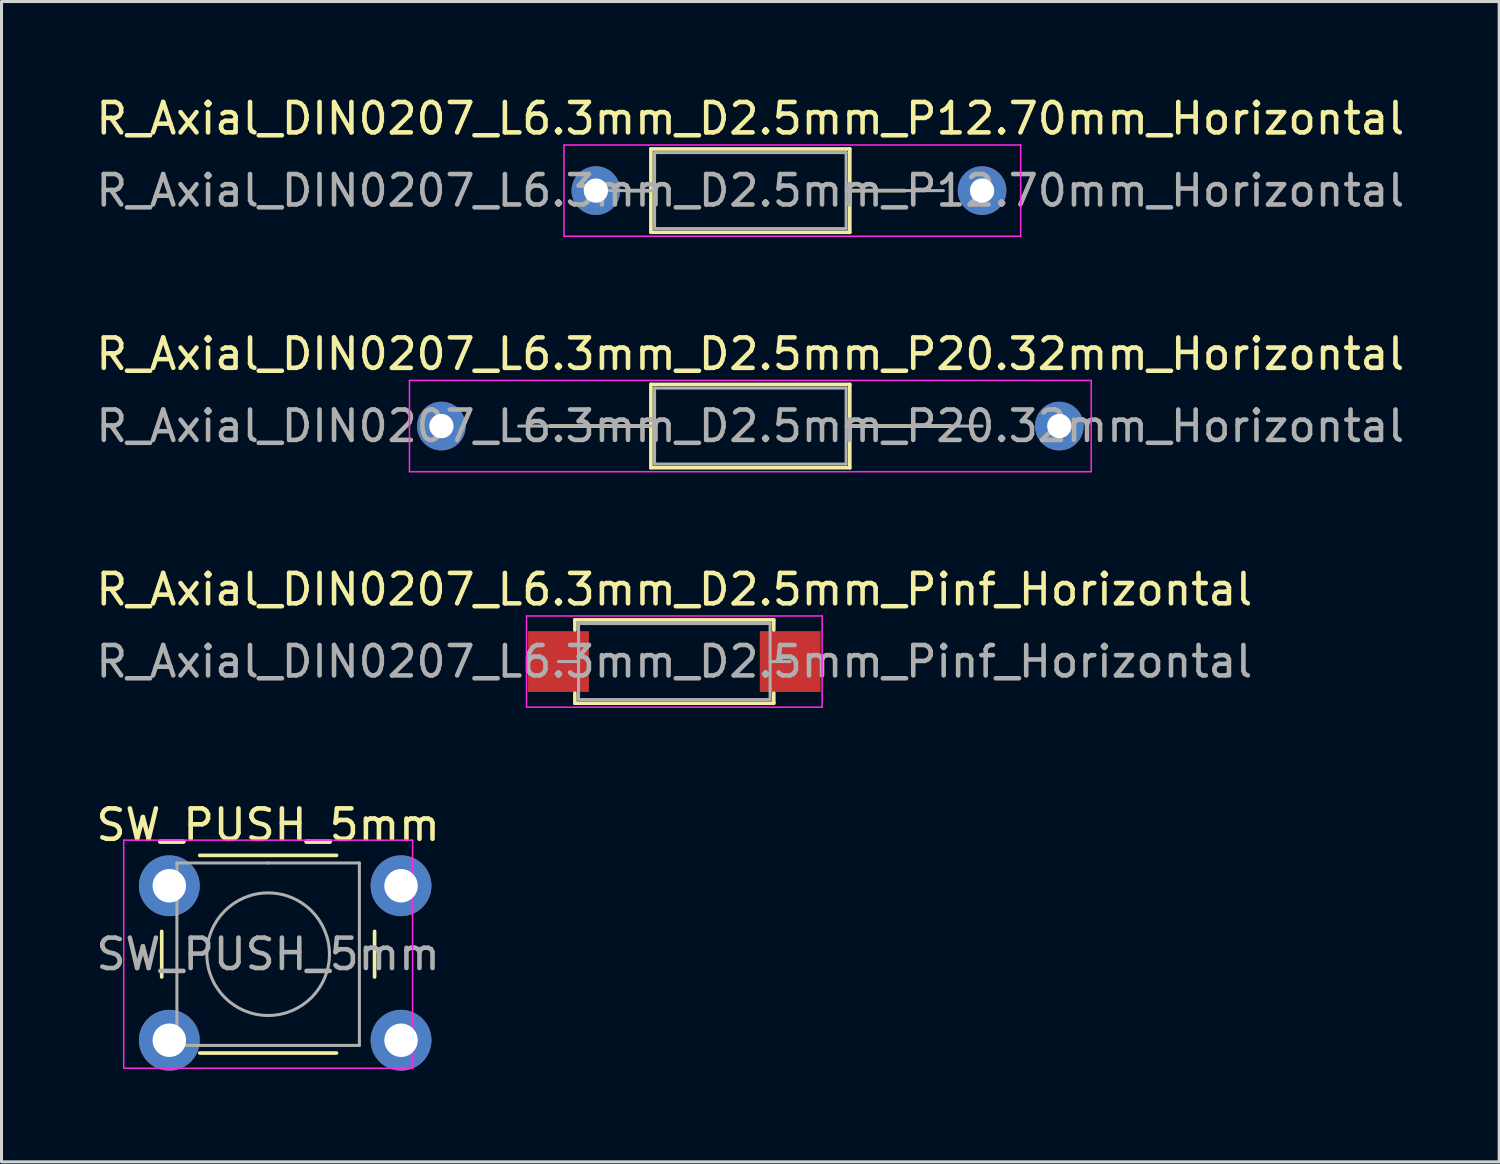
<source format=kicad_pcb>
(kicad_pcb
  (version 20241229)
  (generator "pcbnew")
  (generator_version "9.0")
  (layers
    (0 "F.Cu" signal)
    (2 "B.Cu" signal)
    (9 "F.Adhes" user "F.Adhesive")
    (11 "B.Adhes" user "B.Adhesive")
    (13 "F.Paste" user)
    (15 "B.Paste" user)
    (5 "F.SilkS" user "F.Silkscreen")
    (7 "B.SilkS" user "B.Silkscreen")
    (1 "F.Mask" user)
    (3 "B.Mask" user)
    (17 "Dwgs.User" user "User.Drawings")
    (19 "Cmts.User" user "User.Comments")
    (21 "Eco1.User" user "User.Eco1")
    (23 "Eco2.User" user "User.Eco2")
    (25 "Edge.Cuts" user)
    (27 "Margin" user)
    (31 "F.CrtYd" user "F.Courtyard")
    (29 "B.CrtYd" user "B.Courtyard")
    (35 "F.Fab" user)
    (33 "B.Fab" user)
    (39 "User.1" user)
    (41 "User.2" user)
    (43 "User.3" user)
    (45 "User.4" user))
  (footprint "R_Axial_DIN0207_L6.3mm_D2.5mm_P20.32mm_Horizontal"
    (layer "F.Cu")
    (at 11.465 10.961)
    (property "Reference" "R_Axial_DIN0207_L6.3mm_D2.5mm_P20.32mm_Horizontal" (at 10.16 -2.37 0) (layer "F.SilkS") (effects (font (size 1 1) (thickness 0.15))))
    (attr through_hole)
    (fp_line (start 3.58 0) (end 6.89 0) (stroke (width 0.12) (type solid)) (layer "F.SilkS"))
    (fp_line (start 6.89 -1.37) (end 6.89 1.37) (stroke (width 0.12) (type solid)) (layer "F.SilkS"))
    (fp_line (start 6.89 1.37) (end 13.43 1.37) (stroke (width 0.12) (type solid)) (layer "F.SilkS"))
    (fp_line (start 13.43 -1.37) (end 6.89 -1.37) (stroke (width 0.12) (type solid)) (layer "F.SilkS"))
    (fp_line (start 13.43 1.37) (end 13.43 -1.37) (stroke (width 0.12) (type solid)) (layer "F.SilkS"))
    (fp_line (start 16.74 0) (end 13.43 0) (stroke (width 0.12) (type solid)) (layer "F.SilkS"))
    (fp_line (start -1.05 -1.5) (end -1.05 1.5) (stroke (width 0.05) (type solid)) (layer "F.CrtYd"))
    (fp_line (start -1.05 1.5) (end 21.37 1.5) (stroke (width 0.05) (type solid)) (layer "F.CrtYd"))
    (fp_line (start 21.37 -1.5) (end -1.05 -1.5) (stroke (width 0.05) (type solid)) (layer "F.CrtYd"))
    (fp_line (start 21.37 1.5) (end 21.37 -1.5) (stroke (width 0.05) (type solid)) (layer "F.CrtYd"))
    (fp_line (start 2.54 0) (end 7.01 0) (stroke (width 0.1) (type solid)) (layer "F.Fab"))
    (fp_line (start 7.01 -1.25) (end 7.01 1.25) (stroke (width 0.1) (type solid)) (layer "F.Fab"))
    (fp_line (start 7.01 1.25) (end 13.31 1.25) (stroke (width 0.1) (type solid)) (layer "F.Fab"))
    (fp_line (start 13.31 -1.25) (end 7.01 -1.25) (stroke (width 0.1) (type solid)) (layer "F.Fab"))
    (fp_line (start 13.31 1.25) (end 13.31 -1.25) (stroke (width 0.1) (type solid)) (layer "F.Fab"))
    (fp_line (start 17.78 0) (end 13.31 0) (stroke (width 0.1) (type solid)) (layer "F.Fab"))
    (fp_text user "${REFERENCE}" (at 10.16 0 0) (layer "F.Fab") (effects (font (size 1 1) (thickness 0.15))))
    (pad "1" thru_hole circle (at 0 0) (size 1.6 1.6) (drill 0.8) (layers "*.Cu" "*.Mask"))
    (pad "2" thru_hole oval (at 20.32 0) (size 1.6 1.6) (drill 0.8) (layers "*.Cu" "*.Mask")))
  (footprint "R_Axial_DIN0207_L6.3mm_D2.5mm_P12.70mm_Horizontal"
    (layer "F.Cu")
    (at 16.545 3.218)
    (property "Reference" "R_Axial_DIN0207_L6.3mm_D2.5mm_P12.70mm_Horizontal" (at 5.08 -2.37 0) (layer "F.SilkS") (effects (font (size 1 1) (thickness 0.15))))
    (attr through_hole)
    (fp_line (start 1.04 0) (end 1.81 0) (stroke (width 0.12) (type solid)) (layer "F.SilkS"))
    (fp_line (start 1.81 -1.37) (end 1.81 1.37) (stroke (width 0.12) (type solid)) (layer "F.SilkS"))
    (fp_line (start 1.81 1.37) (end 8.35 1.37) (stroke (width 0.12) (type solid)) (layer "F.SilkS"))
    (fp_line (start 8.35 -1.37) (end 1.81 -1.37) (stroke (width 0.12) (type solid)) (layer "F.SilkS"))
    (fp_line (start 8.35 1.37) (end 8.35 -1.37) (stroke (width 0.12) (type solid)) (layer "F.SilkS"))
    (fp_line (start 10.16 0) (end 8.35 0) (stroke (width 0.12) (type solid)) (layer "F.SilkS"))
    (fp_line (start -1.05 -1.5) (end -1.05 1.5) (stroke (width 0.05) (type solid)) (layer "F.CrtYd"))
    (fp_line (start -1.05 1.5) (end 13.97 1.5) (stroke (width 0.05) (type solid)) (layer "F.CrtYd"))
    (fp_line (start 13.97 -1.5) (end -1.05 -1.5) (stroke (width 0.05) (type solid)) (layer "F.CrtYd"))
    (fp_line (start 13.97 1.5) (end 13.97 -1.5) (stroke (width 0.05) (type solid)) (layer "F.CrtYd"))
    (fp_line (start 0 0) (end 1.93 0) (stroke (width 0.1) (type solid)) (layer "F.Fab"))
    (fp_line (start 1.93 -1.25) (end 1.93 1.25) (stroke (width 0.1) (type solid)) (layer "F.Fab"))
    (fp_line (start 1.93 1.25) (end 8.23 1.25) (stroke (width 0.1) (type solid)) (layer "F.Fab"))
    (fp_line (start 8.23 -1.25) (end 1.93 -1.25) (stroke (width 0.1) (type solid)) (layer "F.Fab"))
    (fp_line (start 8.23 1.25) (end 8.23 -1.25) (stroke (width 0.1) (type solid)) (layer "F.Fab"))
    (fp_line (start 11.43 0) (end 8.23 0) (stroke (width 0.1) (type solid)) (layer "F.Fab"))
    (fp_text user "${REFERENCE}" (at 5.08 0 0) (layer "F.Fab") (effects (font (size 1 1) (thickness 0.15))))
    (pad "1" thru_hole circle (at 0 0) (size 1.6 1.6) (drill 0.8) (layers "*.Cu" "*.Mask"))
    (pad "2" thru_hole oval (at 12.7 0) (size 1.6 1.6) (drill 0.8) (layers "*.Cu" "*.Mask")))
  (footprint "R_Axial_DIN0207_L6.3mm_D2.5mm_Pinf_Horizontal"
    (layer "F.Cu")
    (at 15.315 18.705)
    (property "Reference" "R_Axial_DIN0207_L6.3mm_D2.5mm_Pinf_Horizontal" (at 3.81 -2.37 0) (layer "F.SilkS") (effects (font (size 1 1) (thickness 0.15))))
    (attr through_hole)
    (fp_line (start 0.54 -1.37) (end 7.08 -1.37) (stroke (width 0.12) (type solid)) (layer "F.SilkS"))
    (fp_line (start 0.54 -1.04) (end 0.54 -1.37) (stroke (width 0.12) (type solid)) (layer "F.SilkS"))
    (fp_line (start 0.54 1.04) (end 0.54 1.37) (stroke (width 0.12) (type solid)) (layer "F.SilkS"))
    (fp_line (start 0.54 1.37) (end 7.08 1.37) (stroke (width 0.12) (type solid)) (layer "F.SilkS"))
    (fp_line (start 7.08 -1.37) (end 7.08 -1.04) (stroke (width 0.12) (type solid)) (layer "F.SilkS"))
    (fp_line (start 7.08 1.37) (end 7.08 1.04) (stroke (width 0.12) (type solid)) (layer "F.SilkS"))
    (fp_line (start -1.05 -1.5) (end -1.05 1.5) (stroke (width 0.05) (type solid)) (layer "F.CrtYd"))
    (fp_line (start -1.05 1.5) (end 8.67 1.5) (stroke (width 0.05) (type solid)) (layer "F.CrtYd"))
    (fp_line (start 8.67 -1.5) (end -1.05 -1.5) (stroke (width 0.05) (type solid)) (layer "F.CrtYd"))
    (fp_line (start 8.67 1.5) (end 8.67 -1.5) (stroke (width 0.05) (type solid)) (layer "F.CrtYd"))
    (fp_line (start 0 0) (end 0.66 0) (stroke (width 0.1) (type solid)) (layer "F.Fab"))
    (fp_line (start 0.66 -1.25) (end 0.66 1.25) (stroke (width 0.1) (type solid)) (layer "F.Fab"))
    (fp_line (start 0.66 1.25) (end 6.96 1.25) (stroke (width 0.1) (type solid)) (layer "F.Fab"))
    (fp_line (start 6.96 -1.25) (end 0.66 -1.25) (stroke (width 0.1) (type solid)) (layer "F.Fab"))
    (fp_line (start 6.96 1.25) (end 6.96 -1.25) (stroke (width 0.1) (type solid)) (layer "F.Fab"))
    (fp_line (start 7.62 0) (end 6.96 0) (stroke (width 0.1) (type solid)) (layer "F.Fab"))
    (fp_text user "${REFERENCE}" (at 3.81 0 0) (layer "F.Fab") (effects (font (size 1 1) (thickness 0.15))))
    (pad "1" smd rect (at 0 0) (size 2 2) (layers "F.Cu"))
    (pad "2" smd rect (at 7.62 0) (size 2 2) (layers "F.Cu")))
  (footprint "SW_PUSH_5mm"
    (layer "F.Cu")
    (at 2.518 26.078)
    (property "Reference" "SW_PUSH_5mm" (at 3.25 -2 0) (layer "F.SilkS") (effects (font (size 1 1) (thickness 0.15))))
    (attr through_hole)
    (fp_line (start -0.25 1.5) (end -0.25 3) (stroke (width 0.12) (type solid)) (layer "F.SilkS"))
    (fp_line (start 1 5.5) (end 5.5 5.5) (stroke (width 0.12) (type solid)) (layer "F.SilkS"))
    (fp_line (start 5.5 -1) (end 1 -1) (stroke (width 0.12) (type solid)) (layer "F.SilkS"))
    (fp_line (start 6.75 3) (end 6.75 1.5) (stroke (width 0.12) (type solid)) (layer "F.SilkS"))
    (fp_line (start -1.5 -1.5) (end -1.25 -1.5) (stroke (width 0.05) (type solid)) (layer "F.CrtYd"))
    (fp_line (start -1.5 -1.25) (end -1.5 -1.5) (stroke (width 0.05) (type solid)) (layer "F.CrtYd"))
    (fp_line (start -1.5 5.75) (end -1.5 -1.25) (stroke (width 0.05) (type solid)) (layer "F.CrtYd"))
    (fp_line (start -1.5 5.75) (end -1.5 6) (stroke (width 0.05) (type solid)) (layer "F.CrtYd"))
    (fp_line (start -1.5 6) (end -1.25 6) (stroke (width 0.05) (type solid)) (layer "F.CrtYd"))
    (fp_line (start -1.25 -1.5) (end 7.75 -1.5) (stroke (width 0.05) (type solid)) (layer "F.CrtYd"))
    (fp_line (start 7.75 -1.5) (end 8 -1.5) (stroke (width 0.05) (type solid)) (layer "F.CrtYd"))
    (fp_line (start 7.75 6) (end -1.25 6) (stroke (width 0.05) (type solid)) (layer "F.CrtYd"))
    (fp_line (start 7.75 6) (end 8 6) (stroke (width 0.05) (type solid)) (layer "F.CrtYd"))
    (fp_line (start 8 -1.5) (end 8 -1.25) (stroke (width 0.05) (type solid)) (layer "F.CrtYd"))
    (fp_line (start 8 -1.25) (end 8 5.75) (stroke (width 0.05) (type solid)) (layer "F.CrtYd"))
    (fp_line (start 8 6) (end 8 5.75) (stroke (width 0.05) (type solid)) (layer "F.CrtYd"))
    (fp_line (start 0.25 -0.75) (end 3.25 -0.75) (stroke (width 0.1) (type solid)) (layer "F.Fab"))
    (fp_line (start 0.25 5.25) (end 0.25 -0.75) (stroke (width 0.1) (type solid)) (layer "F.Fab"))
    (fp_line (start 3.25 -0.75) (end 6.25 -0.75) (stroke (width 0.1) (type solid)) (layer "F.Fab"))
    (fp_line (start 6.25 -0.75) (end 6.25 5.25) (stroke (width 0.1) (type solid)) (layer "F.Fab"))
    (fp_line (start 6.25 5.25) (end 0.25 5.25) (stroke (width 0.1) (type solid)) (layer "F.Fab"))
    (fp_circle (center 3.25 2.25) (end 1.25 2.5) (stroke (width 0.1) (type solid)) (fill no) (layer "F.Fab"))
    (fp_text user "${REFERENCE}" (at 3.25 2.25 0) (layer "F.Fab") (effects (font (size 1 1) (thickness 0.15))))
    (pad "1" thru_hole circle (at 0 0 90) (size 2 2) (drill 1.1) (layers "*.Cu" "*.Mask"))
    (pad "1" thru_hole circle (at 7.62 0 90) (size 2 2) (drill 1.1) (layers "*.Cu" "*.Mask"))
    (pad "2" thru_hole circle (at 0 5.08 90) (size 2 2) (drill 1.1) (layers "*.Cu" "*.Mask"))
    (pad "2" thru_hole circle (at 7.62 5.08 180) (size 2 2) (drill 1.1) (layers "*.Cu" "*.Mask")))
  (gr_rect
    (start -3 -3)
    (end 46.25 35.158)
    (stroke (width 0.1) (type default))
    (fill no)
    (layer "Edge.Cuts")))
</source>
